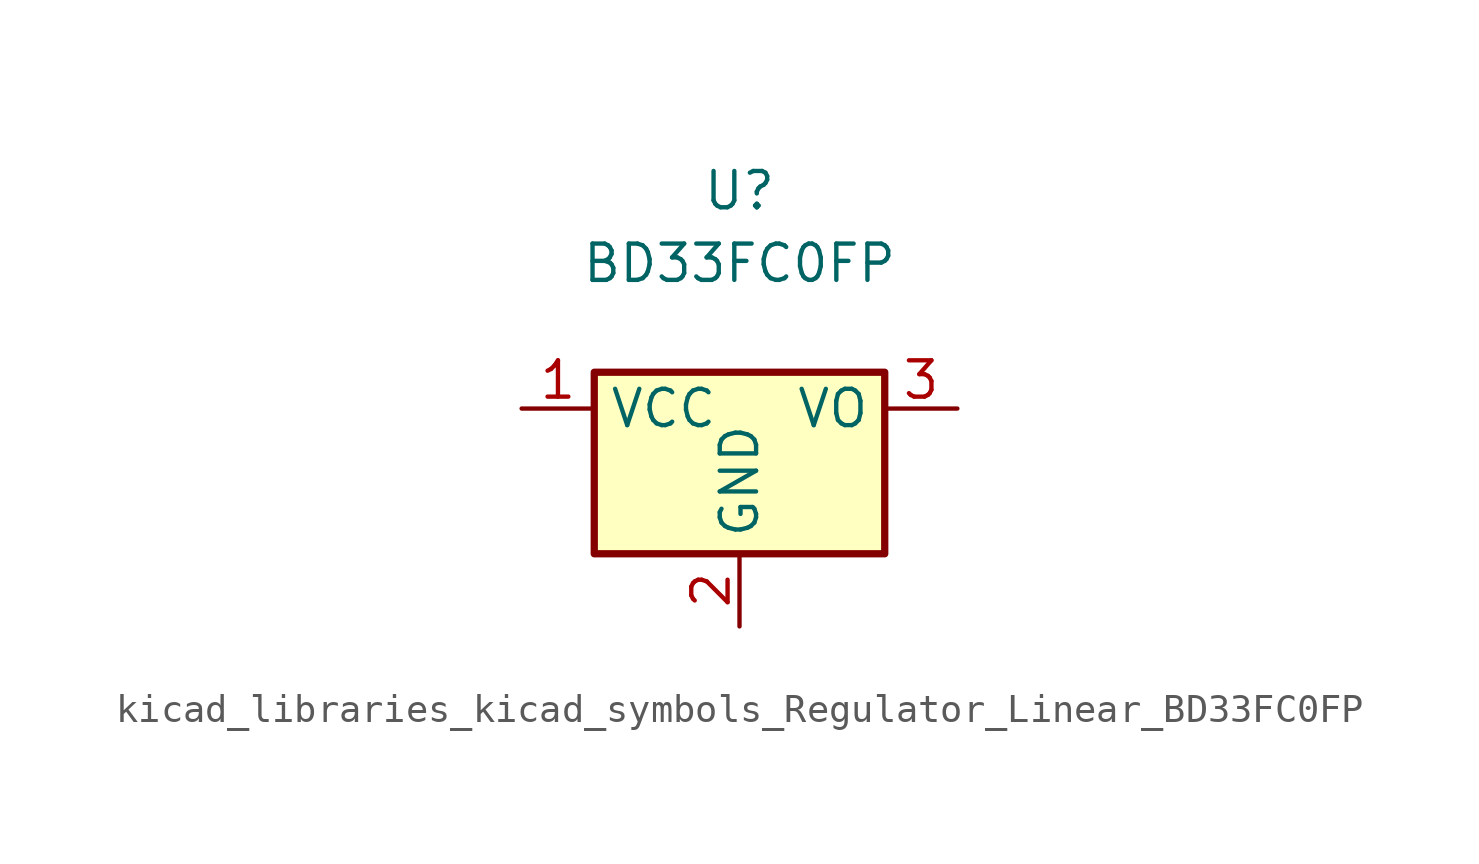
<source format=kicad_sym>
(kicad_symbol_lib
  (version 20220914)
  (generator kicad_symbol_editor)
  (symbol "kicad_libraries_kicad_symbols_Regulator_Linear_BD33FC0FP"
    (property "Reference" "U"
      (at 0 7.62 0)
      (effects (font (size 1.27 1.27))))
    (property "Value" "BD33FC0FP"
      (at 0 5.08 0)
      (effects (font (size 1.27 1.27))))
    (symbol "kicad_libraries_kicad_symbols_Regulator_Linear_BD33FC0FP_1_1"
      (rectangle (start -5.08 -5.08) (end 5.08 1.27) (stroke (width 0.254) (type default)) (fill (type background)))
      (pin power_in line (at -7.62 0 0) (length 2.54) (name "VCC" (effects (font (size 1.27 1.27)))) (number "1" (effects (font (size 1.27 1.27)))))
      (pin power_in line (at 0 -7.62 90) (length 2.54) (name "GND" (effects (font (size 1.27 1.27)))) (number "2" (effects (font (size 1.27 1.27)))))
      (pin power_out line (at 7.62 0 180) (length 2.54) (name "VO" (effects (font (size 1.27 1.27)))) (number "3" (effects (font (size 1.27 1.27))))))))
</source>
